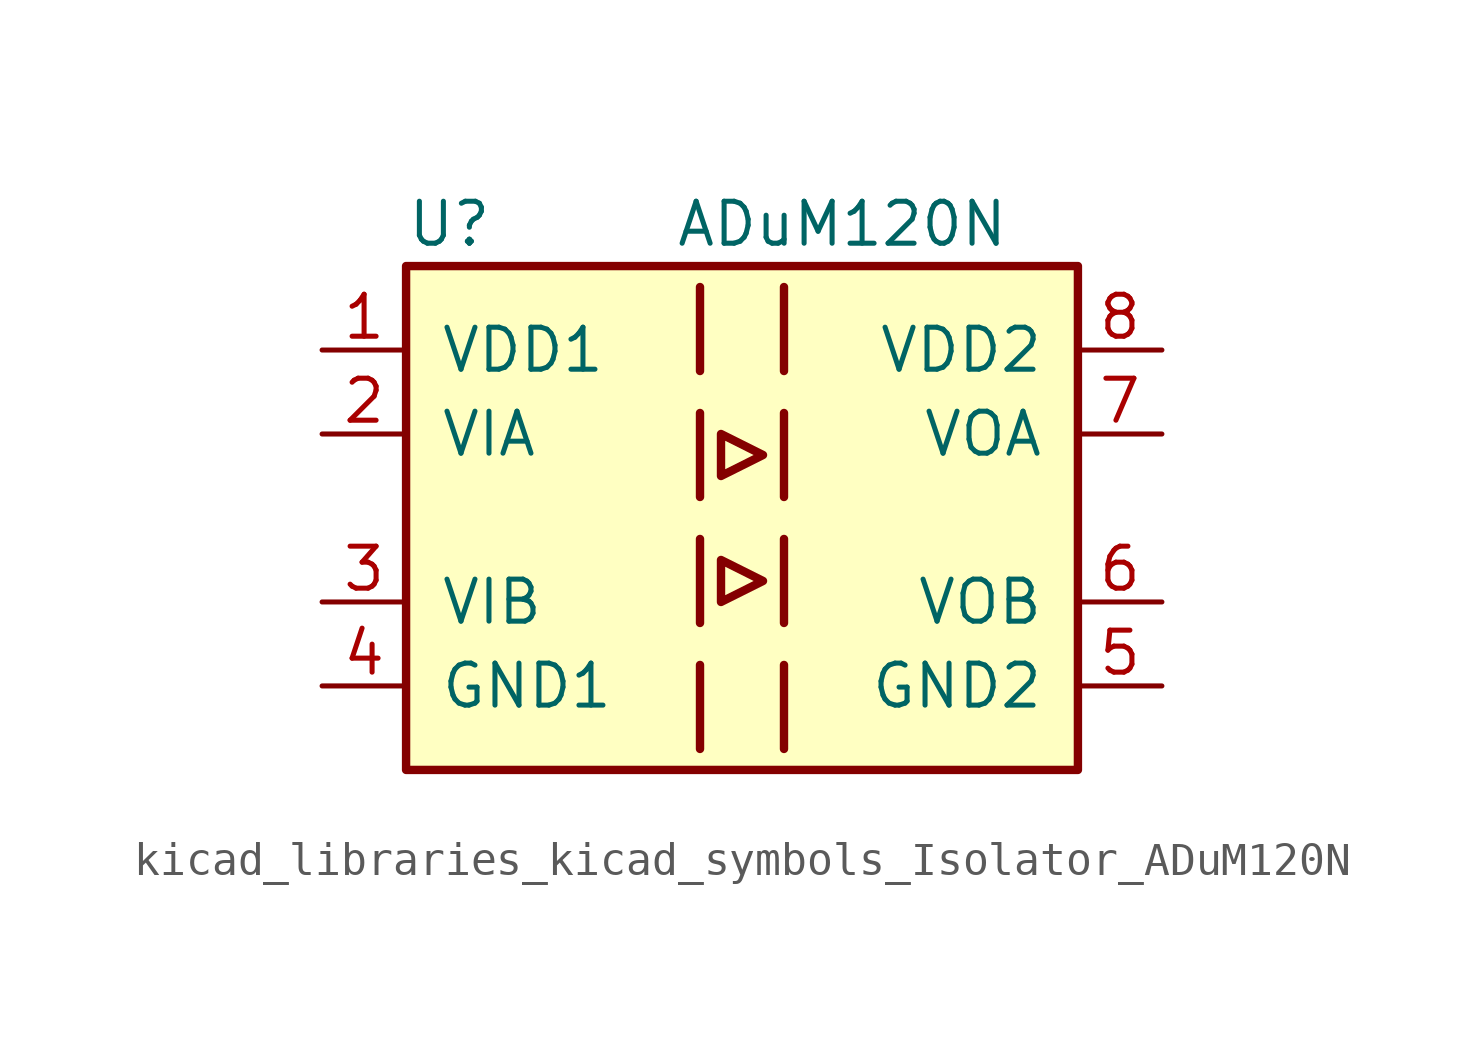
<source format=kicad_sym>
(kicad_symbol_lib
  (version 20220914)
  (generator kicad_symbol_editor)
  (symbol "kicad_libraries_kicad_symbols_Isolator_ADuM120N"
    (pin_names
      (offset 1.016))
    (property "Reference" "U"
      (at -10.16 8.89 0)
      (effects (font (size 1.27 1.27)) (justify left)))
    (property "Value" "ADuM120N"
      (at -2.032 8.89 0)
      (effects (font (size 1.27 1.27)) (justify left)))
    (symbol "kicad_libraries_kicad_symbols_Isolator_ADuM120N_0_1"
      (rectangle (start -10.16 7.62) (end 10.16 -7.62) (stroke (width 0.254) (type default)) (fill (type background)))
      (polyline (pts (xy -1.27 -4.445) (xy -1.27 -6.985)) (stroke (width 0.254) (type default)) (fill (type none)))
      (polyline (pts (xy -1.27 -0.635) (xy -1.27 -3.175)) (stroke (width 0.254) (type default)) (fill (type none)))
      (polyline (pts (xy -1.27 3.175) (xy -1.27 0.635)) (stroke (width 0.254) (type default)) (fill (type none)))
      (polyline (pts (xy -1.27 6.985) (xy -1.27 4.445)) (stroke (width 0.254) (type default)) (fill (type none)))
      (polyline (pts (xy 1.27 -4.445) (xy 1.27 -6.985)) (stroke (width 0.254) (type default)) (fill (type none)))
      (polyline (pts (xy 1.27 -0.635) (xy 1.27 -3.175)) (stroke (width 0.254) (type default)) (fill (type none)))
      (polyline (pts (xy 1.27 3.175) (xy 1.27 0.635)) (stroke (width 0.254) (type default)) (fill (type none)))
      (polyline (pts (xy 1.27 6.985) (xy 1.27 4.445)) (stroke (width 0.254) (type default)) (fill (type none)))
      (polyline (pts (xy -0.635 -1.27) (xy -0.635 -2.54) (xy 0.635 -1.905) (xy -0.635 -1.27)) (stroke (width 0.254) (type default)) (fill (type none)))
      (polyline (pts (xy -0.635 1.27) (xy 0.635 1.905) (xy -0.635 2.54) (xy -0.635 1.27)) (stroke (width 0.254) (type default)) (fill (type none))))
    (symbol "kicad_libraries_kicad_symbols_Isolator_ADuM120N_1_1"
      (pin power_in line (at -12.7 5.08 0) (length 2.54) (name "VDD1" (effects (font (size 1.27 1.27)))) (number "1" (effects (font (size 1.27 1.27)))))
      (pin input line (at -12.7 2.54 0) (length 2.54) (name "VIA" (effects (font (size 1.27 1.27)))) (number "2" (effects (font (size 1.27 1.27)))))
      (pin input line (at -12.7 -2.54 0) (length 2.54) (name "VIB" (effects (font (size 1.27 1.27)))) (number "3" (effects (font (size 1.27 1.27)))))
      (pin power_in line (at -12.7 -5.08 0) (length 2.54) (name "GND1" (effects (font (size 1.27 1.27)))) (number "4" (effects (font (size 1.27 1.27)))))
      (pin power_in line (at 12.7 -5.08 180) (length 2.54) (name "GND2" (effects (font (size 1.27 1.27)))) (number "5" (effects (font (size 1.27 1.27)))))
      (pin output line (at 12.7 -2.54 180) (length 2.54) (name "VOB" (effects (font (size 1.27 1.27)))) (number "6" (effects (font (size 1.27 1.27)))))
      (pin output line (at 12.7 2.54 180) (length 2.54) (name "VOA" (effects (font (size 1.27 1.27)))) (number "7" (effects (font (size 1.27 1.27)))))
      (pin power_in line (at 12.7 5.08 180) (length 2.54) (name "VDD2" (effects (font (size 1.27 1.27)))) (number "8" (effects (font (size 1.27 1.27))))))))
</source>
